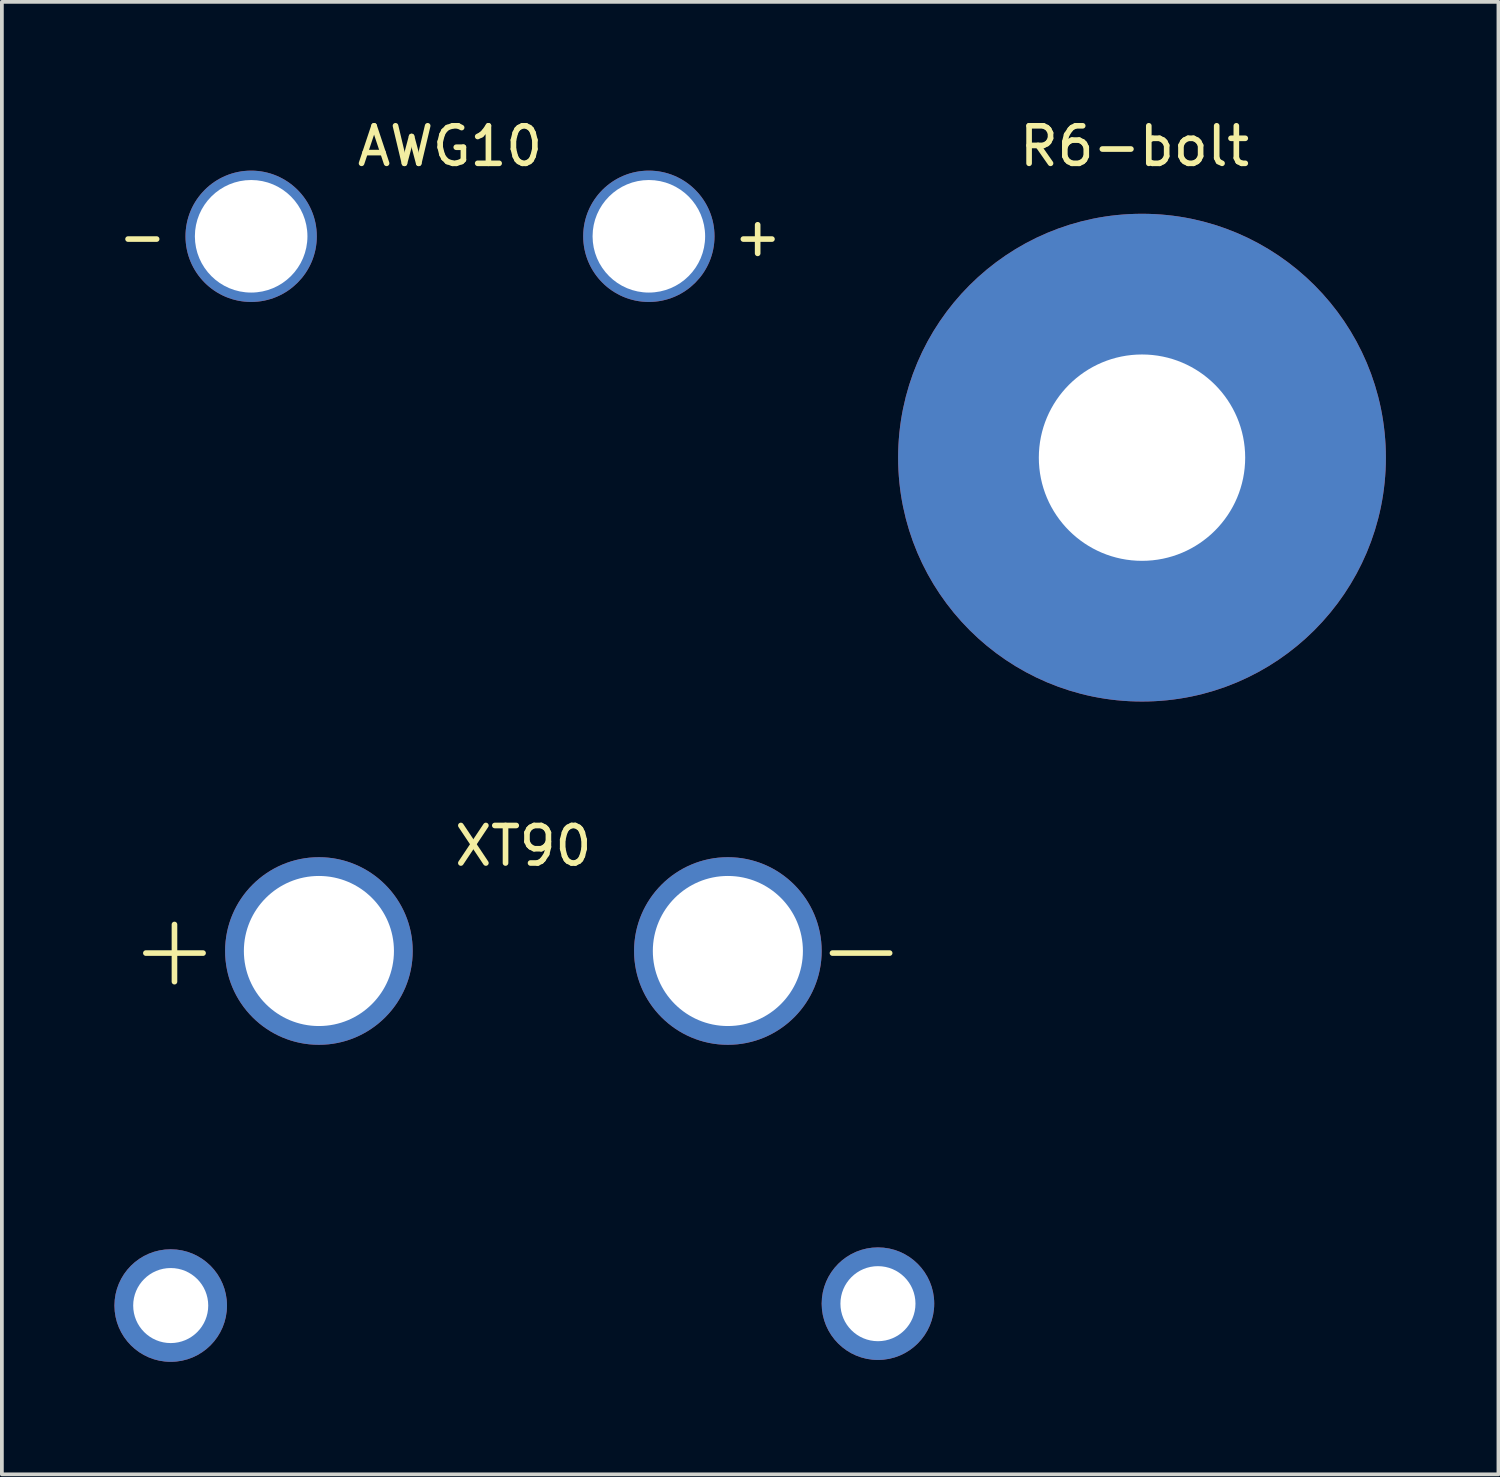
<source format=kicad_pcb>
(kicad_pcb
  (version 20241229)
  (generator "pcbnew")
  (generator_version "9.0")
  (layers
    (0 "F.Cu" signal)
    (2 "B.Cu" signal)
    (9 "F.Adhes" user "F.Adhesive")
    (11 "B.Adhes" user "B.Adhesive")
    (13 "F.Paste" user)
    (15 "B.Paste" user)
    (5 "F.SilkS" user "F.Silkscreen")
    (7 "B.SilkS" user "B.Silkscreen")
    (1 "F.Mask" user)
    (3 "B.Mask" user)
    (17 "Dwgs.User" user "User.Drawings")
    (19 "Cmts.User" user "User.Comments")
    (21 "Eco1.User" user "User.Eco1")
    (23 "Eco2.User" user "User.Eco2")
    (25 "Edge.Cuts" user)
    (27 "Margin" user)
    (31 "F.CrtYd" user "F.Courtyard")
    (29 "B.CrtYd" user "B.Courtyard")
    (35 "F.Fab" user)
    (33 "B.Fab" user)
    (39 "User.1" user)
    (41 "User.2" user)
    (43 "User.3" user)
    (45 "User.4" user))
  (footprint "R6-bolt"
    (layer "F.Cu")
    (at 27.188 0.348)
    (property "Reference" "R6-bolt" (at 0 0.5 0) (layer "F.SilkS") (effects (font (size 1 1) (thickness 0.15))))
    (attr through_hole)
    (pad "1" thru_hole circle (at 0.2 8.8) (size 13 13) (drill 5.5) (layers "*.Cu" "*.Mask")))
  (footprint "AWG10"
    (layer "F.Cu")
    (at 8.944 3.248)
    (property "Reference" "AWG10" (at 0 -2.4 0) (layer "F.SilkS") (effects (font (size 1 1) (thickness 0.15))))
    (attr through_hole)
    (fp_text user "+" (at 8.2 0 0) (layer "F.SilkS") (effects (font (size 1 1) (thickness 0.15))))
    (fp_text user "-" (at -8.2 0 0) (layer "F.SilkS") (effects (font (size 1 1) (thickness 0.15))))
    (pad "1" thru_hole circle (at -5.3 0) (size 3.5 3.5) (drill 3) (layers "*.Cu" "*.Mask"))
    (pad "2" thru_hole circle (at 5.3 0) (size 3.5 3.5) (drill 3) (layers "*.Cu" "*.Mask")))
  (footprint "XT90"
    (layer "F.Cu")
    (at 10.9 22.297)
    (property "Reference" "XT90" (at 0 -2.8 0) (layer "F.SilkS") (effects (font (size 1 1) (thickness 0.15))))
    (attr through_hole)
    (fp_text user "-" (at 9 -0.1 0) (layer "F.SilkS") (effects (font (size 2 2) (thickness 0.15))))
    (fp_text user "+" (at -9.3 -0.1 0) (layer "F.SilkS") (effects (font (size 2 2) (thickness 0.15))))
    (pad "1" thru_hole circle (at -5.45 0) (size 5 5) (drill 4) (layers "*.Cu" "*.Mask"))
    (pad "2" thru_hole circle (at 5.45 0) (size 5 5) (drill 4) (layers "*.Cu" "*.Mask"))
    (pad "MP" thru_hole circle (at -9.4 9.45) (size 3 3) (drill 2) (layers "*.Cu" "*.Mask"))
    (pad "MP2" thru_hole circle (at 9.45 9.4) (size 3 3) (drill 2) (layers "*.Cu" "*.Mask")))
  (gr_rect
    (start -3 -3)
    (end 36.888 36.246)
    (stroke (width 0.1) (type default))
    (fill no)
    (layer "Edge.Cuts")))
</source>
